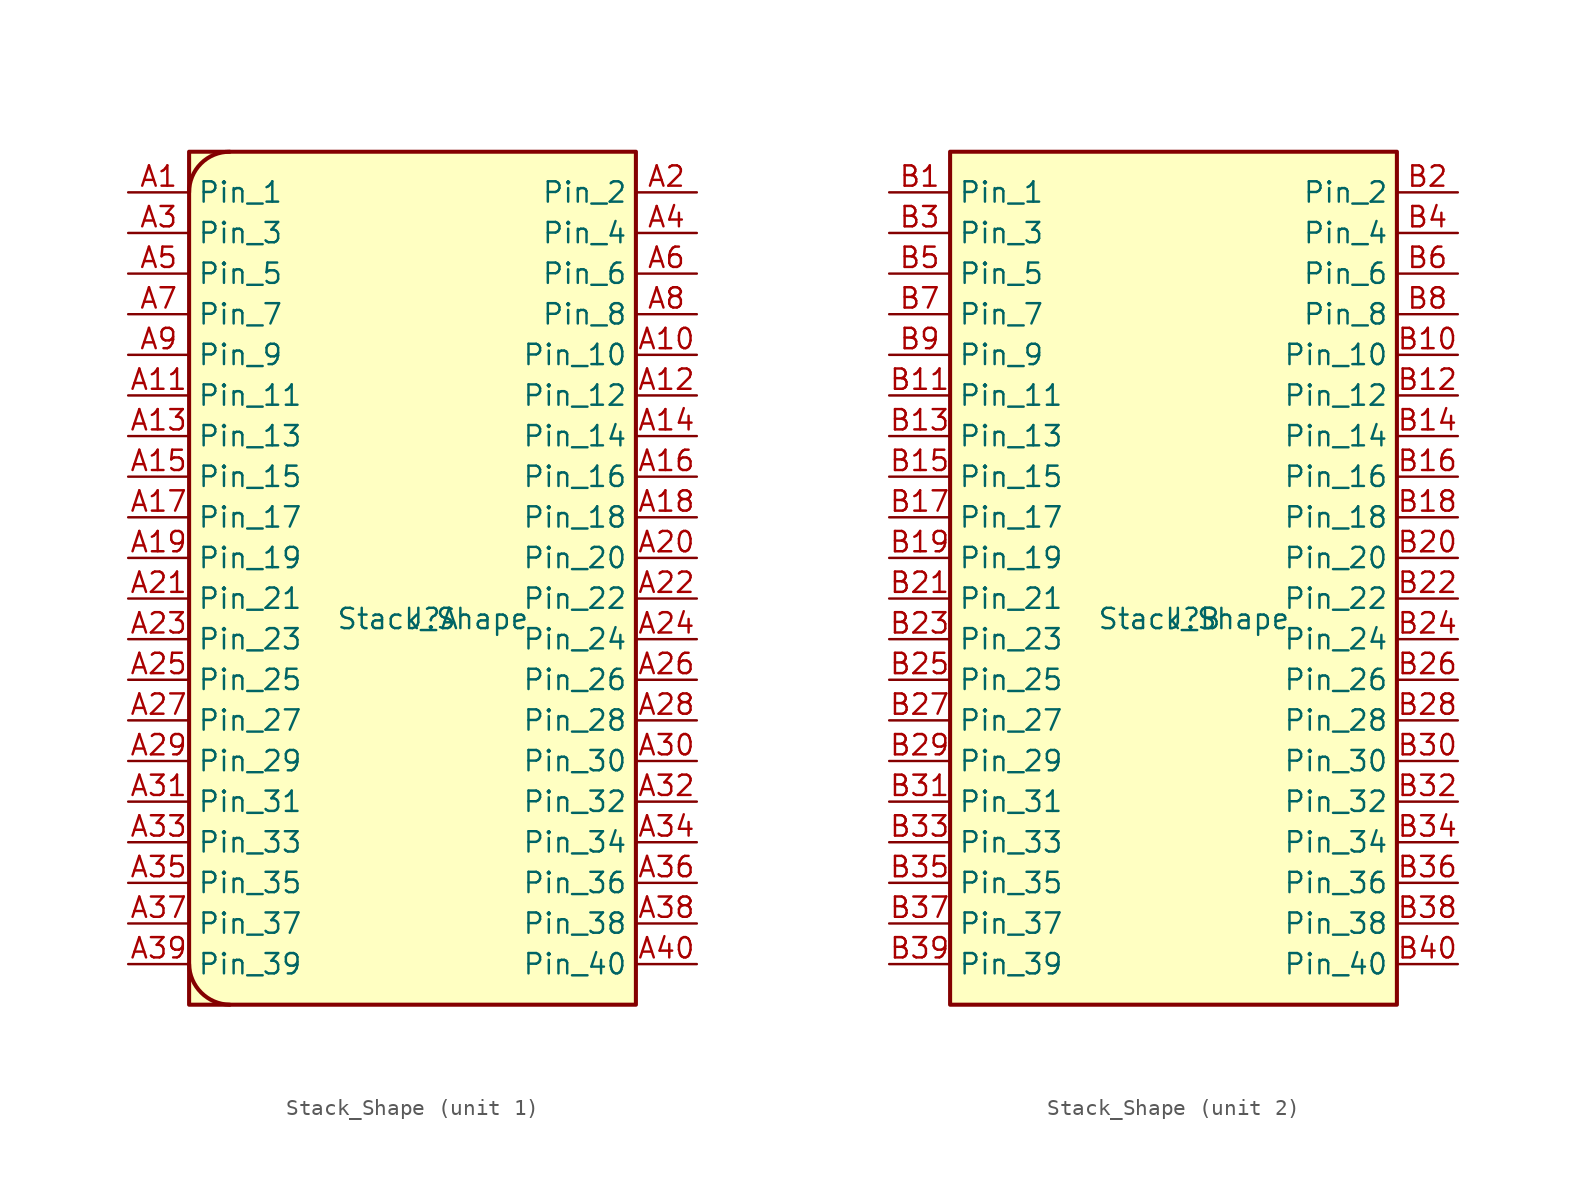
<source format=kicad_sym>
(kicad_symbol_lib
  (version 20211014)
  (generator kicad_symbol_editor)
  (symbol "Stack_Shape"
    (property "Reference" "J"
      (at 0 0 0)
      (effects (font (size 1.27 1.27))))
    (property "Value" "Stack_Shape"
      (at 0 0 0)
      (effects (font (size 1.27 1.27))))
    (symbol "Stack_Shape_0_0"
      (rectangle (start -15.24 29.21) (end 12.7 -24.13) (stroke (width 0.254) (type default) (color 0 0 0 0)) (fill (type background))))
    (symbol "Stack_Shape_1_0"
      (arc (start -15.24 -21.59) (mid -14.4834 -23.3734) (end -12.7 -24.13) (stroke (width 0.254) (type default) (color 0 0 0 0)) (fill (type none)))
      (arc (start -12.7 29.21) (mid -14.5013 28.4713) (end -15.24 26.67) (stroke (width 0.254) (type default) (color 0 0 0 0)) (fill (type none))))
    (symbol "Stack_Shape_1_1"
      (pin passive line (at -19.05 26.67 0) (length 3.81) (name "Pin_1" (effects (font (size 1.27 1.27)))) (number "A1" (effects (font (size 1.27 1.27)))))
      (pin passive line (at 16.51 16.51 180) (length 3.81) (name "Pin_10" (effects (font (size 1.27 1.27)))) (number "A10" (effects (font (size 1.27 1.27)))))
      (pin passive line (at -19.05 13.97 0) (length 3.81) (name "Pin_11" (effects (font (size 1.27 1.27)))) (number "A11" (effects (font (size 1.27 1.27)))))
      (pin passive line (at 16.51 13.97 180) (length 3.81) (name "Pin_12" (effects (font (size 1.27 1.27)))) (number "A12" (effects (font (size 1.27 1.27)))))
      (pin passive line (at -19.05 11.43 0) (length 3.81) (name "Pin_13" (effects (font (size 1.27 1.27)))) (number "A13" (effects (font (size 1.27 1.27)))))
      (pin passive line (at 16.51 11.43 180) (length 3.81) (name "Pin_14" (effects (font (size 1.27 1.27)))) (number "A14" (effects (font (size 1.27 1.27)))))
      (pin passive line (at -19.05 8.89 0) (length 3.81) (name "Pin_15" (effects (font (size 1.27 1.27)))) (number "A15" (effects (font (size 1.27 1.27)))))
      (pin passive line (at 16.51 8.89 180) (length 3.81) (name "Pin_16" (effects (font (size 1.27 1.27)))) (number "A16" (effects (font (size 1.27 1.27)))))
      (pin passive line (at -19.05 6.35 0) (length 3.81) (name "Pin_17" (effects (font (size 1.27 1.27)))) (number "A17" (effects (font (size 1.27 1.27)))))
      (pin passive line (at 16.51 6.35 180) (length 3.81) (name "Pin_18" (effects (font (size 1.27 1.27)))) (number "A18" (effects (font (size 1.27 1.27)))))
      (pin passive line (at -19.05 3.81 0) (length 3.81) (name "Pin_19" (effects (font (size 1.27 1.27)))) (number "A19" (effects (font (size 1.27 1.27)))))
      (pin passive line (at 16.51 26.67 180) (length 3.81) (name "Pin_2" (effects (font (size 1.27 1.27)))) (number "A2" (effects (font (size 1.27 1.27)))))
      (pin passive line (at 16.51 3.81 180) (length 3.81) (name "Pin_20" (effects (font (size 1.27 1.27)))) (number "A20" (effects (font (size 1.27 1.27)))))
      (pin passive line (at -19.05 1.27 0) (length 3.81) (name "Pin_21" (effects (font (size 1.27 1.27)))) (number "A21" (effects (font (size 1.27 1.27)))))
      (pin passive line (at 16.51 1.27 180) (length 3.81) (name "Pin_22" (effects (font (size 1.27 1.27)))) (number "A22" (effects (font (size 1.27 1.27)))))
      (pin passive line (at -19.05 -1.27 0) (length 3.81) (name "Pin_23" (effects (font (size 1.27 1.27)))) (number "A23" (effects (font (size 1.27 1.27)))))
      (pin passive line (at 16.51 -1.27 180) (length 3.81) (name "Pin_24" (effects (font (size 1.27 1.27)))) (number "A24" (effects (font (size 1.27 1.27)))))
      (pin passive line (at -19.05 -3.81 0) (length 3.81) (name "Pin_25" (effects (font (size 1.27 1.27)))) (number "A25" (effects (font (size 1.27 1.27)))))
      (pin passive line (at 16.51 -3.81 180) (length 3.81) (name "Pin_26" (effects (font (size 1.27 1.27)))) (number "A26" (effects (font (size 1.27 1.27)))))
      (pin passive line (at -19.05 -6.35 0) (length 3.81) (name "Pin_27" (effects (font (size 1.27 1.27)))) (number "A27" (effects (font (size 1.27 1.27)))))
      (pin passive line (at 16.51 -6.35 180) (length 3.81) (name "Pin_28" (effects (font (size 1.27 1.27)))) (number "A28" (effects (font (size 1.27 1.27)))))
      (pin passive line (at -19.05 -8.89 0) (length 3.81) (name "Pin_29" (effects (font (size 1.27 1.27)))) (number "A29" (effects (font (size 1.27 1.27)))))
      (pin passive line (at -19.05 24.13 0) (length 3.81) (name "Pin_3" (effects (font (size 1.27 1.27)))) (number "A3" (effects (font (size 1.27 1.27)))))
      (pin passive line (at 16.51 -8.89 180) (length 3.81) (name "Pin_30" (effects (font (size 1.27 1.27)))) (number "A30" (effects (font (size 1.27 1.27)))))
      (pin passive line (at -19.05 -11.43 0) (length 3.81) (name "Pin_31" (effects (font (size 1.27 1.27)))) (number "A31" (effects (font (size 1.27 1.27)))))
      (pin passive line (at 16.51 -11.43 180) (length 3.81) (name "Pin_32" (effects (font (size 1.27 1.27)))) (number "A32" (effects (font (size 1.27 1.27)))))
      (pin passive line (at -19.05 -13.97 0) (length 3.81) (name "Pin_33" (effects (font (size 1.27 1.27)))) (number "A33" (effects (font (size 1.27 1.27)))))
      (pin passive line (at 16.51 -13.97 180) (length 3.81) (name "Pin_34" (effects (font (size 1.27 1.27)))) (number "A34" (effects (font (size 1.27 1.27)))))
      (pin passive line (at -19.05 -16.51 0) (length 3.81) (name "Pin_35" (effects (font (size 1.27 1.27)))) (number "A35" (effects (font (size 1.27 1.27)))))
      (pin passive line (at 16.51 -16.51 180) (length 3.81) (name "Pin_36" (effects (font (size 1.27 1.27)))) (number "A36" (effects (font (size 1.27 1.27)))))
      (pin passive line (at -19.05 -19.05 0) (length 3.81) (name "Pin_37" (effects (font (size 1.27 1.27)))) (number "A37" (effects (font (size 1.27 1.27)))))
      (pin passive line (at 16.51 -19.05 180) (length 3.81) (name "Pin_38" (effects (font (size 1.27 1.27)))) (number "A38" (effects (font (size 1.27 1.27)))))
      (pin passive line (at -19.05 -21.59 0) (length 3.81) (name "Pin_39" (effects (font (size 1.27 1.27)))) (number "A39" (effects (font (size 1.27 1.27)))))
      (pin passive line (at 16.51 24.13 180) (length 3.81) (name "Pin_4" (effects (font (size 1.27 1.27)))) (number "A4" (effects (font (size 1.27 1.27)))))
      (pin passive line (at 16.51 -21.59 180) (length 3.81) (name "Pin_40" (effects (font (size 1.27 1.27)))) (number "A40" (effects (font (size 1.27 1.27)))))
      (pin passive line (at -19.05 21.59 0) (length 3.81) (name "Pin_5" (effects (font (size 1.27 1.27)))) (number "A5" (effects (font (size 1.27 1.27)))))
      (pin passive line (at 16.51 21.59 180) (length 3.81) (name "Pin_6" (effects (font (size 1.27 1.27)))) (number "A6" (effects (font (size 1.27 1.27)))))
      (pin passive line (at -19.05 19.05 0) (length 3.81) (name "Pin_7" (effects (font (size 1.27 1.27)))) (number "A7" (effects (font (size 1.27 1.27)))))
      (pin passive line (at 16.51 19.05 180) (length 3.81) (name "Pin_8" (effects (font (size 1.27 1.27)))) (number "A8" (effects (font (size 1.27 1.27)))))
      (pin passive line (at -19.05 16.51 0) (length 3.81) (name "Pin_9" (effects (font (size 1.27 1.27)))) (number "A9" (effects (font (size 1.27 1.27))))))
    (symbol "Stack_Shape_2_1"
      (pin passive line (at -19.05 26.67 0) (length 3.81) (name "Pin_1" (effects (font (size 1.27 1.27)))) (number "B1" (effects (font (size 1.27 1.27)))))
      (pin passive line (at 16.51 16.51 180) (length 3.81) (name "Pin_10" (effects (font (size 1.27 1.27)))) (number "B10" (effects (font (size 1.27 1.27)))))
      (pin passive line (at -19.05 13.97 0) (length 3.81) (name "Pin_11" (effects (font (size 1.27 1.27)))) (number "B11" (effects (font (size 1.27 1.27)))))
      (pin passive line (at 16.51 13.97 180) (length 3.81) (name "Pin_12" (effects (font (size 1.27 1.27)))) (number "B12" (effects (font (size 1.27 1.27)))))
      (pin passive line (at -19.05 11.43 0) (length 3.81) (name "Pin_13" (effects (font (size 1.27 1.27)))) (number "B13" (effects (font (size 1.27 1.27)))))
      (pin passive line (at 16.51 11.43 180) (length 3.81) (name "Pin_14" (effects (font (size 1.27 1.27)))) (number "B14" (effects (font (size 1.27 1.27)))))
      (pin passive line (at -19.05 8.89 0) (length 3.81) (name "Pin_15" (effects (font (size 1.27 1.27)))) (number "B15" (effects (font (size 1.27 1.27)))))
      (pin passive line (at 16.51 8.89 180) (length 3.81) (name "Pin_16" (effects (font (size 1.27 1.27)))) (number "B16" (effects (font (size 1.27 1.27)))))
      (pin passive line (at -19.05 6.35 0) (length 3.81) (name "Pin_17" (effects (font (size 1.27 1.27)))) (number "B17" (effects (font (size 1.27 1.27)))))
      (pin passive line (at 16.51 6.35 180) (length 3.81) (name "Pin_18" (effects (font (size 1.27 1.27)))) (number "B18" (effects (font (size 1.27 1.27)))))
      (pin passive line (at -19.05 3.81 0) (length 3.81) (name "Pin_19" (effects (font (size 1.27 1.27)))) (number "B19" (effects (font (size 1.27 1.27)))))
      (pin passive line (at 16.51 26.67 180) (length 3.81) (name "Pin_2" (effects (font (size 1.27 1.27)))) (number "B2" (effects (font (size 1.27 1.27)))))
      (pin passive line (at 16.51 3.81 180) (length 3.81) (name "Pin_20" (effects (font (size 1.27 1.27)))) (number "B20" (effects (font (size 1.27 1.27)))))
      (pin passive line (at -19.05 1.27 0) (length 3.81) (name "Pin_21" (effects (font (size 1.27 1.27)))) (number "B21" (effects (font (size 1.27 1.27)))))
      (pin passive line (at 16.51 1.27 180) (length 3.81) (name "Pin_22" (effects (font (size 1.27 1.27)))) (number "B22" (effects (font (size 1.27 1.27)))))
      (pin passive line (at -19.05 -1.27 0) (length 3.81) (name "Pin_23" (effects (font (size 1.27 1.27)))) (number "B23" (effects (font (size 1.27 1.27)))))
      (pin passive line (at 16.51 -1.27 180) (length 3.81) (name "Pin_24" (effects (font (size 1.27 1.27)))) (number "B24" (effects (font (size 1.27 1.27)))))
      (pin passive line (at -19.05 -3.81 0) (length 3.81) (name "Pin_25" (effects (font (size 1.27 1.27)))) (number "B25" (effects (font (size 1.27 1.27)))))
      (pin passive line (at 16.51 -3.81 180) (length 3.81) (name "Pin_26" (effects (font (size 1.27 1.27)))) (number "B26" (effects (font (size 1.27 1.27)))))
      (pin passive line (at -19.05 -6.35 0) (length 3.81) (name "Pin_27" (effects (font (size 1.27 1.27)))) (number "B27" (effects (font (size 1.27 1.27)))))
      (pin passive line (at 16.51 -6.35 180) (length 3.81) (name "Pin_28" (effects (font (size 1.27 1.27)))) (number "B28" (effects (font (size 1.27 1.27)))))
      (pin passive line (at -19.05 -8.89 0) (length 3.81) (name "Pin_29" (effects (font (size 1.27 1.27)))) (number "B29" (effects (font (size 1.27 1.27)))))
      (pin passive line (at -19.05 24.13 0) (length 3.81) (name "Pin_3" (effects (font (size 1.27 1.27)))) (number "B3" (effects (font (size 1.27 1.27)))))
      (pin passive line (at 16.51 -8.89 180) (length 3.81) (name "Pin_30" (effects (font (size 1.27 1.27)))) (number "B30" (effects (font (size 1.27 1.27)))))
      (pin passive line (at -19.05 -11.43 0) (length 3.81) (name "Pin_31" (effects (font (size 1.27 1.27)))) (number "B31" (effects (font (size 1.27 1.27)))))
      (pin passive line (at 16.51 -11.43 180) (length 3.81) (name "Pin_32" (effects (font (size 1.27 1.27)))) (number "B32" (effects (font (size 1.27 1.27)))))
      (pin passive line (at -19.05 -13.97 0) (length 3.81) (name "Pin_33" (effects (font (size 1.27 1.27)))) (number "B33" (effects (font (size 1.27 1.27)))))
      (pin passive line (at 16.51 -13.97 180) (length 3.81) (name "Pin_34" (effects (font (size 1.27 1.27)))) (number "B34" (effects (font (size 1.27 1.27)))))
      (pin passive line (at -19.05 -16.51 0) (length 3.81) (name "Pin_35" (effects (font (size 1.27 1.27)))) (number "B35" (effects (font (size 1.27 1.27)))))
      (pin passive line (at 16.51 -16.51 180) (length 3.81) (name "Pin_36" (effects (font (size 1.27 1.27)))) (number "B36" (effects (font (size 1.27 1.27)))))
      (pin passive line (at -19.05 -19.05 0) (length 3.81) (name "Pin_37" (effects (font (size 1.27 1.27)))) (number "B37" (effects (font (size 1.27 1.27)))))
      (pin passive line (at 16.51 -19.05 180) (length 3.81) (name "Pin_38" (effects (font (size 1.27 1.27)))) (number "B38" (effects (font (size 1.27 1.27)))))
      (pin passive line (at -19.05 -21.59 0) (length 3.81) (name "Pin_39" (effects (font (size 1.27 1.27)))) (number "B39" (effects (font (size 1.27 1.27)))))
      (pin passive line (at 16.51 24.13 180) (length 3.81) (name "Pin_4" (effects (font (size 1.27 1.27)))) (number "B4" (effects (font (size 1.27 1.27)))))
      (pin passive line (at 16.51 -21.59 180) (length 3.81) (name "Pin_40" (effects (font (size 1.27 1.27)))) (number "B40" (effects (font (size 1.27 1.27)))))
      (pin passive line (at -19.05 21.59 0) (length 3.81) (name "Pin_5" (effects (font (size 1.27 1.27)))) (number "B5" (effects (font (size 1.27 1.27)))))
      (pin passive line (at 16.51 21.59 180) (length 3.81) (name "Pin_6" (effects (font (size 1.27 1.27)))) (number "B6" (effects (font (size 1.27 1.27)))))
      (pin passive line (at -19.05 19.05 0) (length 3.81) (name "Pin_7" (effects (font (size 1.27 1.27)))) (number "B7" (effects (font (size 1.27 1.27)))))
      (pin passive line (at 16.51 19.05 180) (length 3.81) (name "Pin_8" (effects (font (size 1.27 1.27)))) (number "B8" (effects (font (size 1.27 1.27)))))
      (pin passive line (at -19.05 16.51 0) (length 3.81) (name "Pin_9" (effects (font (size 1.27 1.27)))) (number "B9" (effects (font (size 1.27 1.27))))))))
</source>
